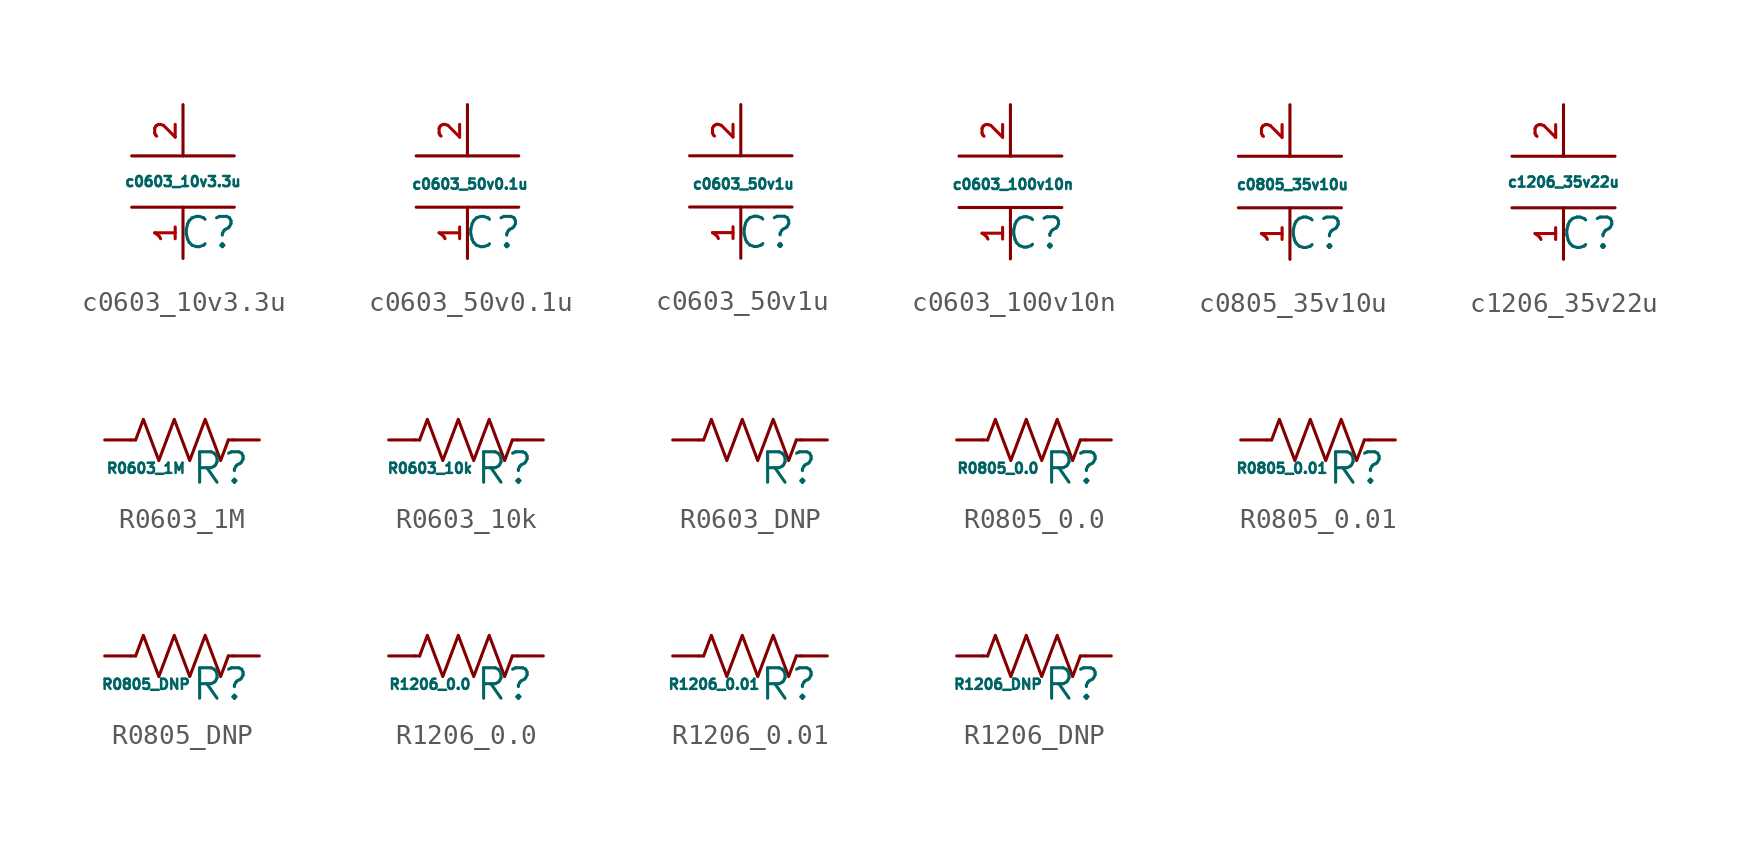
<source format=kicad_sym>
(kicad_symbol_lib
  (version 20211014)
  (generator kicad_symbol_editor)
  (symbol "c0603_10v3.3u"
    (pin_names
      (offset 0.254))
    (property "Reference" "C"
      (at 1.27 -2.54 0)
      (effects (font (size 1.5 1.5))))
    (property "Value" "c0603_10v3.3u"
      (at 0 0 0)
      (effects (font (size 0.5 0.5))))
    (symbol "c0603_10v3.3u_0_1"
      (polyline (pts (xy 2.54 -1.27) (xy -2.54 -1.27)) (stroke (width 0) (type default) (color 0 0 0 0)) (fill (type none)))
      (polyline (pts (xy 2.54 1.27) (xy -2.54 1.27)) (stroke (width 0) (type default) (color 0 0 0 0)) (fill (type none))))
    (symbol "c0603_10v3.3u_1_1"
      (pin passive line (at 0 -3.81 90) (length 2.54) (name "~" (effects (font (size 1.016 1.016)))) (number "1" (effects (font (size 1.016 1.016)))))
      (pin passive line (at 0 3.81 270) (length 2.54) (name "~" (effects (font (size 1.016 1.016)))) (number "2" (effects (font (size 1.016 1.016)))))))
  (symbol "c0603_50v0.1u"
    (pin_names
      (offset 0.254))
    (property "Reference" "C"
      (at 1.27 -2.54 0)
      (effects (font (size 1.5 1.5))))
    (property "Value" "c0603_50v0.1u"
      (at 0.127 -0.127 0)
      (effects (font (size 0.5 0.5))))
    (symbol "c0603_50v0.1u_0_1"
      (polyline (pts (xy 2.54 -1.27) (xy -2.54 -1.27)) (stroke (width 0) (type default) (color 0 0 0 0)) (fill (type none)))
      (polyline (pts (xy 2.54 1.27) (xy -2.54 1.27)) (stroke (width 0) (type default) (color 0 0 0 0)) (fill (type none))))
    (symbol "c0603_50v0.1u_1_1"
      (pin passive line (at 0 -3.81 90) (length 2.54) (name "~" (effects (font (size 1.016 1.016)))) (number "1" (effects (font (size 1.016 1.016)))))
      (pin passive line (at 0 3.81 270) (length 2.54) (name "~" (effects (font (size 1.016 1.016)))) (number "2" (effects (font (size 1.016 1.016)))))))
  (symbol "c0603_50v1u"
    (pin_names
      (offset 0.254))
    (property "Reference" "C"
      (at 1.27 -2.54 0)
      (effects (font (size 1.5 1.5))))
    (property "Value" "c0603_50v1u"
      (at 0.127 -0.127 0)
      (effects (font (size 0.5 0.5))))
    (symbol "c0603_50v1u_0_1"
      (polyline (pts (xy 2.54 -1.27) (xy -2.54 -1.27)) (stroke (width 0) (type default) (color 0 0 0 0)) (fill (type none)))
      (polyline (pts (xy 2.54 1.27) (xy -2.54 1.27)) (stroke (width 0) (type default) (color 0 0 0 0)) (fill (type none))))
    (symbol "c0603_50v1u_1_1"
      (pin passive line (at 0 -3.81 90) (length 2.54) (name "~" (effects (font (size 1.016 1.016)))) (number "1" (effects (font (size 1.016 1.016)))))
      (pin passive line (at 0 3.81 270) (length 2.54) (name "~" (effects (font (size 1.016 1.016)))) (number "2" (effects (font (size 1.016 1.016)))))))
  (symbol "c0603_100v10n"
    (pin_names
      (offset 0.254))
    (property "Reference" "C"
      (at 1.27 -2.54 0)
      (effects (font (size 1.5 1.5))))
    (property "Value" "c0603_100v10n"
      (at 0.127 -0.127 0)
      (effects (font (size 0.5 0.5))))
    (symbol "c0603_100v10n_0_1"
      (polyline (pts (xy 2.54 -1.27) (xy -2.54 -1.27)) (stroke (width 0) (type default) (color 0 0 0 0)) (fill (type none)))
      (polyline (pts (xy 2.54 1.27) (xy -2.54 1.27)) (stroke (width 0) (type default) (color 0 0 0 0)) (fill (type none))))
    (symbol "c0603_100v10n_1_1"
      (pin passive line (at 0 -3.81 90) (length 2.54) (name "~" (effects (font (size 1.016 1.016)))) (number "1" (effects (font (size 1.016 1.016)))))
      (pin passive line (at 0 3.81 270) (length 2.54) (name "~" (effects (font (size 1.016 1.016)))) (number "2" (effects (font (size 1.016 1.016)))))))
  (symbol "c0805_35v10u"
    (pin_names
      (offset 0.254))
    (property "Reference" "C"
      (at 1.27 -2.54 0)
      (effects (font (size 1.5 1.5))))
    (property "Value" "c0805_35v10u"
      (at 0.127 -0.127 0)
      (effects (font (size 0.5 0.5))))
    (symbol "c0805_35v10u_0_1"
      (polyline (pts (xy 2.54 -1.27) (xy -2.54 -1.27)) (stroke (width 0) (type default) (color 0 0 0 0)) (fill (type none)))
      (polyline (pts (xy 2.54 1.27) (xy -2.54 1.27)) (stroke (width 0) (type default) (color 0 0 0 0)) (fill (type none))))
    (symbol "c0805_35v10u_1_1"
      (pin passive line (at 0 -3.81 90) (length 2.54) (name "~" (effects (font (size 1.016 1.016)))) (number "1" (effects (font (size 1.016 1.016)))))
      (pin passive line (at 0 3.81 270) (length 2.54) (name "~" (effects (font (size 1.016 1.016)))) (number "2" (effects (font (size 1.016 1.016)))))))
  (symbol "c1206_35v22u"
    (pin_names
      (offset 0.254))
    (property "Reference" "C"
      (at 1.27 -2.54 0)
      (effects (font (size 1.5 1.5))))
    (property "Value" "c1206_35v22u"
      (at 0 0 0)
      (effects (font (size 0.5 0.5))))
    (symbol "c1206_35v22u_0_1"
      (polyline (pts (xy 2.54 -1.27) (xy -2.54 -1.27)) (stroke (width 0) (type default) (color 0 0 0 0)) (fill (type none)))
      (polyline (pts (xy 2.54 1.27) (xy -2.54 1.27)) (stroke (width 0) (type default) (color 0 0 0 0)) (fill (type none))))
    (symbol "c1206_35v22u_1_1"
      (pin passive line (at 0 -3.81 90) (length 2.54) (name "~" (effects (font (size 1.016 1.016)))) (number "1" (effects (font (size 1.016 1.016)))))
      (pin passive line (at 0 3.81 270) (length 2.54) (name "~" (effects (font (size 1.016 1.016)))) (number "2" (effects (font (size 1.016 1.016)))))))
  (symbol "R0603_1M"
    (pin_numbers hide)
    (pin_names
      (offset 0))
    (property "Reference" "R"
      (at 1.905 -1.397 0)
      (effects (font (size 1.5 1.5))))
    (property "Value" "R0603_1M"
      (at -1.778 -1.397 0)
      (effects (font (size 0.5 0.5))))
    (symbol "R0603_1M_0_1"
      (polyline (pts (xy -2.286 0) (xy -2.54 0)) (stroke (width 0) (type default) (color 0 0 0 0)) (fill (type none)))
      (polyline (pts (xy 2.286 0) (xy 2.54 0)) (stroke (width 0) (type default) (color 0 0 0 0)) (fill (type none)))
      (polyline (pts (xy -2.286 0) (xy -1.905 1.016) (xy -1.524 0) (xy -1.143 -1.016) (xy -0.762 0)) (stroke (width 0) (type default) (color 0 0 0 0)) (fill (type none)))
      (polyline (pts (xy -0.762 0) (xy -0.381 1.016) (xy 0 0) (xy 0.381 -1.016) (xy 0.762 0)) (stroke (width 0) (type default) (color 0 0 0 0)) (fill (type none)))
      (polyline (pts (xy 0.762 0) (xy 1.143 1.016) (xy 1.524 0) (xy 1.905 -1.016) (xy 2.286 0)) (stroke (width 0) (type default) (color 0 0 0 0)) (fill (type none))))
    (symbol "R0603_1M_1_1"
      (pin passive line (at -3.81 0 0) (length 1.27) (name "~" (effects (font (size 1.27 1.27)))) (number "1" (effects (font (size 1.27 1.27)))))
      (pin passive line (at 3.81 0 180) (length 1.27) (name "~" (effects (font (size 1.27 1.27)))) (number "2" (effects (font (size 1.27 1.27)))))))
  (symbol "R0603_10k"
    (pin_numbers hide)
    (pin_names
      (offset 0))
    (property "Reference" "R"
      (at 1.905 -1.397 0)
      (effects (font (size 1.5 1.5))))
    (property "Value" "R0603_10k"
      (at -1.778 -1.397 0)
      (effects (font (size 0.5 0.5))))
    (symbol "R0603_10k_0_1"
      (polyline (pts (xy -2.286 0) (xy -2.54 0)) (stroke (width 0) (type default) (color 0 0 0 0)) (fill (type none)))
      (polyline (pts (xy 2.286 0) (xy 2.54 0)) (stroke (width 0) (type default) (color 0 0 0 0)) (fill (type none)))
      (polyline (pts (xy -2.286 0) (xy -1.905 1.016) (xy -1.524 0) (xy -1.143 -1.016) (xy -0.762 0)) (stroke (width 0) (type default) (color 0 0 0 0)) (fill (type none)))
      (polyline (pts (xy -0.762 0) (xy -0.381 1.016) (xy 0 0) (xy 0.381 -1.016) (xy 0.762 0)) (stroke (width 0) (type default) (color 0 0 0 0)) (fill (type none)))
      (polyline (pts (xy 0.762 0) (xy 1.143 1.016) (xy 1.524 0) (xy 1.905 -1.016) (xy 2.286 0)) (stroke (width 0) (type default) (color 0 0 0 0)) (fill (type none))))
    (symbol "R0603_10k_1_1"
      (pin passive line (at -3.81 0 0) (length 1.27) (name "~" (effects (font (size 1.27 1.27)))) (number "1" (effects (font (size 1.27 1.27)))))
      (pin passive line (at 3.81 0 180) (length 1.27) (name "~" (effects (font (size 1.27 1.27)))) (number "2" (effects (font (size 1.27 1.27)))))))
  (symbol "R0603_DNP"
    (pin_numbers hide)
    (pin_names
      (offset 0))
    (property "Reference" "R"
      (at 1.905 -1.397 0)
      (effects (font (size 1.5 1.5))))
    (symbol "R0603_DNP_0_1"
      (polyline (pts (xy -2.286 0) (xy -2.54 0)) (stroke (width 0) (type default) (color 0 0 0 0)) (fill (type none)))
      (polyline (pts (xy 2.286 0) (xy 2.54 0)) (stroke (width 0) (type default) (color 0 0 0 0)) (fill (type none)))
      (polyline (pts (xy -2.286 0) (xy -1.905 1.016) (xy -1.524 0) (xy -1.143 -1.016) (xy -0.762 0)) (stroke (width 0) (type default) (color 0 0 0 0)) (fill (type none)))
      (polyline (pts (xy -0.762 0) (xy -0.381 1.016) (xy 0 0) (xy 0.381 -1.016) (xy 0.762 0)) (stroke (width 0) (type default) (color 0 0 0 0)) (fill (type none)))
      (polyline (pts (xy 0.762 0) (xy 1.143 1.016) (xy 1.524 0) (xy 1.905 -1.016) (xy 2.286 0)) (stroke (width 0) (type default) (color 0 0 0 0)) (fill (type none))))
    (symbol "R0603_DNP_1_1"
      (pin passive line (at -3.81 0 0) (length 1.27) (name "~" (effects (font (size 1.27 1.27)))) (number "1" (effects (font (size 1.27 1.27)))))
      (pin passive line (at 3.81 0 180) (length 1.27) (name "~" (effects (font (size 1.27 1.27)))) (number "2" (effects (font (size 1.27 1.27)))))))
  (symbol "R0805_0.0"
    (pin_numbers hide)
    (pin_names
      (offset 0))
    (property "Reference" "R"
      (at 1.905 -1.397 0)
      (effects (font (size 1.5 1.5))))
    (property "Value" "R0805_0.0"
      (at -1.778 -1.397 0)
      (effects (font (size 0.5 0.5))))
    (symbol "R0805_0.0_0_1"
      (polyline (pts (xy -2.286 0) (xy -2.54 0)) (stroke (width 0) (type default) (color 0 0 0 0)) (fill (type none)))
      (polyline (pts (xy 2.286 0) (xy 2.54 0)) (stroke (width 0) (type default) (color 0 0 0 0)) (fill (type none)))
      (polyline (pts (xy -2.286 0) (xy -1.905 1.016) (xy -1.524 0) (xy -1.143 -1.016) (xy -0.762 0)) (stroke (width 0) (type default) (color 0 0 0 0)) (fill (type none)))
      (polyline (pts (xy -0.762 0) (xy -0.381 1.016) (xy 0 0) (xy 0.381 -1.016) (xy 0.762 0)) (stroke (width 0) (type default) (color 0 0 0 0)) (fill (type none)))
      (polyline (pts (xy 0.762 0) (xy 1.143 1.016) (xy 1.524 0) (xy 1.905 -1.016) (xy 2.286 0)) (stroke (width 0) (type default) (color 0 0 0 0)) (fill (type none))))
    (symbol "R0805_0.0_1_1"
      (pin passive line (at -3.81 0 0) (length 1.27) (name "~" (effects (font (size 1.27 1.27)))) (number "1" (effects (font (size 1.27 1.27)))))
      (pin passive line (at 3.81 0 180) (length 1.27) (name "~" (effects (font (size 1.27 1.27)))) (number "2" (effects (font (size 1.27 1.27)))))))
  (symbol "R0805_0.01"
    (pin_numbers hide)
    (pin_names
      (offset 0))
    (property "Reference" "R"
      (at 1.905 -1.397 0)
      (effects (font (size 1.5 1.5))))
    (property "Value" "R0805_0.01"
      (at -1.778 -1.397 0)
      (effects (font (size 0.5 0.5))))
    (symbol "R0805_0.01_0_1"
      (polyline (pts (xy -2.286 0) (xy -2.54 0)) (stroke (width 0) (type default) (color 0 0 0 0)) (fill (type none)))
      (polyline (pts (xy 2.286 0) (xy 2.54 0)) (stroke (width 0) (type default) (color 0 0 0 0)) (fill (type none)))
      (polyline (pts (xy -2.286 0) (xy -1.905 1.016) (xy -1.524 0) (xy -1.143 -1.016) (xy -0.762 0)) (stroke (width 0) (type default) (color 0 0 0 0)) (fill (type none)))
      (polyline (pts (xy -0.762 0) (xy -0.381 1.016) (xy 0 0) (xy 0.381 -1.016) (xy 0.762 0)) (stroke (width 0) (type default) (color 0 0 0 0)) (fill (type none)))
      (polyline (pts (xy 0.762 0) (xy 1.143 1.016) (xy 1.524 0) (xy 1.905 -1.016) (xy 2.286 0)) (stroke (width 0) (type default) (color 0 0 0 0)) (fill (type none))))
    (symbol "R0805_0.01_1_1"
      (pin passive line (at -3.81 0 0) (length 1.27) (name "~" (effects (font (size 1.27 1.27)))) (number "1" (effects (font (size 1.27 1.27)))))
      (pin passive line (at 3.81 0 180) (length 1.27) (name "~" (effects (font (size 1.27 1.27)))) (number "2" (effects (font (size 1.27 1.27)))))))
  (symbol "R0805_DNP"
    (pin_numbers hide)
    (pin_names
      (offset 0))
    (property "Reference" "R"
      (at 1.905 -1.397 0)
      (effects (font (size 1.5 1.5))))
    (property "Value" "R0805_DNP"
      (at -1.778 -1.397 0)
      (effects (font (size 0.5 0.5))))
    (symbol "R0805_DNP_0_1"
      (polyline (pts (xy -2.286 0) (xy -2.54 0)) (stroke (width 0) (type default) (color 0 0 0 0)) (fill (type none)))
      (polyline (pts (xy 2.286 0) (xy 2.54 0)) (stroke (width 0) (type default) (color 0 0 0 0)) (fill (type none)))
      (polyline (pts (xy -2.286 0) (xy -1.905 1.016) (xy -1.524 0) (xy -1.143 -1.016) (xy -0.762 0)) (stroke (width 0) (type default) (color 0 0 0 0)) (fill (type none)))
      (polyline (pts (xy -0.762 0) (xy -0.381 1.016) (xy 0 0) (xy 0.381 -1.016) (xy 0.762 0)) (stroke (width 0) (type default) (color 0 0 0 0)) (fill (type none)))
      (polyline (pts (xy 0.762 0) (xy 1.143 1.016) (xy 1.524 0) (xy 1.905 -1.016) (xy 2.286 0)) (stroke (width 0) (type default) (color 0 0 0 0)) (fill (type none))))
    (symbol "R0805_DNP_1_1"
      (pin passive line (at -3.81 0 0) (length 1.27) (name "~" (effects (font (size 1.27 1.27)))) (number "1" (effects (font (size 1.27 1.27)))))
      (pin passive line (at 3.81 0 180) (length 1.27) (name "~" (effects (font (size 1.27 1.27)))) (number "2" (effects (font (size 1.27 1.27)))))))
  (symbol "R1206_0.0"
    (pin_numbers hide)
    (pin_names
      (offset 0))
    (property "Reference" "R"
      (at 1.905 -1.397 0)
      (effects (font (size 1.5 1.5))))
    (property "Value" "R1206_0.0"
      (at -1.778 -1.397 0)
      (effects (font (size 0.5 0.5))))
    (symbol "R1206_0.0_0_1"
      (polyline (pts (xy -2.286 0) (xy -2.54 0)) (stroke (width 0) (type default) (color 0 0 0 0)) (fill (type none)))
      (polyline (pts (xy 2.286 0) (xy 2.54 0)) (stroke (width 0) (type default) (color 0 0 0 0)) (fill (type none)))
      (polyline (pts (xy -2.286 0) (xy -1.905 1.016) (xy -1.524 0) (xy -1.143 -1.016) (xy -0.762 0)) (stroke (width 0) (type default) (color 0 0 0 0)) (fill (type none)))
      (polyline (pts (xy -0.762 0) (xy -0.381 1.016) (xy 0 0) (xy 0.381 -1.016) (xy 0.762 0)) (stroke (width 0) (type default) (color 0 0 0 0)) (fill (type none)))
      (polyline (pts (xy 0.762 0) (xy 1.143 1.016) (xy 1.524 0) (xy 1.905 -1.016) (xy 2.286 0)) (stroke (width 0) (type default) (color 0 0 0 0)) (fill (type none))))
    (symbol "R1206_0.0_1_1"
      (pin passive line (at -3.81 0 0) (length 1.27) (name "~" (effects (font (size 1.27 1.27)))) (number "1" (effects (font (size 1.27 1.27)))))
      (pin passive line (at 3.81 0 180) (length 1.27) (name "~" (effects (font (size 1.27 1.27)))) (number "2" (effects (font (size 1.27 1.27)))))))
  (symbol "R1206_0.01"
    (pin_numbers hide)
    (pin_names
      (offset 0))
    (property "Reference" "R"
      (at 1.905 -1.397 0)
      (effects (font (size 1.5 1.5))))
    (property "Value" "R1206_0.01"
      (at -1.778 -1.397 0)
      (effects (font (size 0.5 0.5))))
    (symbol "R1206_0.01_0_1"
      (polyline (pts (xy -2.286 0) (xy -2.54 0)) (stroke (width 0) (type default) (color 0 0 0 0)) (fill (type none)))
      (polyline (pts (xy 2.286 0) (xy 2.54 0)) (stroke (width 0) (type default) (color 0 0 0 0)) (fill (type none)))
      (polyline (pts (xy -2.286 0) (xy -1.905 1.016) (xy -1.524 0) (xy -1.143 -1.016) (xy -0.762 0)) (stroke (width 0) (type default) (color 0 0 0 0)) (fill (type none)))
      (polyline (pts (xy -0.762 0) (xy -0.381 1.016) (xy 0 0) (xy 0.381 -1.016) (xy 0.762 0)) (stroke (width 0) (type default) (color 0 0 0 0)) (fill (type none)))
      (polyline (pts (xy 0.762 0) (xy 1.143 1.016) (xy 1.524 0) (xy 1.905 -1.016) (xy 2.286 0)) (stroke (width 0) (type default) (color 0 0 0 0)) (fill (type none))))
    (symbol "R1206_0.01_1_1"
      (pin passive line (at -3.81 0 0) (length 1.27) (name "~" (effects (font (size 1.27 1.27)))) (number "1" (effects (font (size 1.27 1.27)))))
      (pin passive line (at 3.81 0 180) (length 1.27) (name "~" (effects (font (size 1.27 1.27)))) (number "2" (effects (font (size 1.27 1.27)))))))
  (symbol "R1206_DNP"
    (pin_numbers hide)
    (pin_names
      (offset 0))
    (property "Reference" "R"
      (at 1.905 -1.397 0)
      (effects (font (size 1.5 1.5))))
    (property "Value" "R1206_DNP"
      (at -1.778 -1.397 0)
      (effects (font (size 0.5 0.5))))
    (symbol "R1206_DNP_0_1"
      (polyline (pts (xy -2.286 0) (xy -2.54 0)) (stroke (width 0) (type default) (color 0 0 0 0)) (fill (type none)))
      (polyline (pts (xy 2.286 0) (xy 2.54 0)) (stroke (width 0) (type default) (color 0 0 0 0)) (fill (type none)))
      (polyline (pts (xy -2.286 0) (xy -1.905 1.016) (xy -1.524 0) (xy -1.143 -1.016) (xy -0.762 0)) (stroke (width 0) (type default) (color 0 0 0 0)) (fill (type none)))
      (polyline (pts (xy -0.762 0) (xy -0.381 1.016) (xy 0 0) (xy 0.381 -1.016) (xy 0.762 0)) (stroke (width 0) (type default) (color 0 0 0 0)) (fill (type none)))
      (polyline (pts (xy 0.762 0) (xy 1.143 1.016) (xy 1.524 0) (xy 1.905 -1.016) (xy 2.286 0)) (stroke (width 0) (type default) (color 0 0 0 0)) (fill (type none))))
    (symbol "R1206_DNP_1_1"
      (pin passive line (at -3.81 0 0) (length 1.27) (name "~" (effects (font (size 1.27 1.27)))) (number "1" (effects (font (size 1.27 1.27)))))
      (pin passive line (at 3.81 0 180) (length 1.27) (name "~" (effects (font (size 1.27 1.27)))) (number "2" (effects (font (size 1.27 1.27))))))))
</source>
